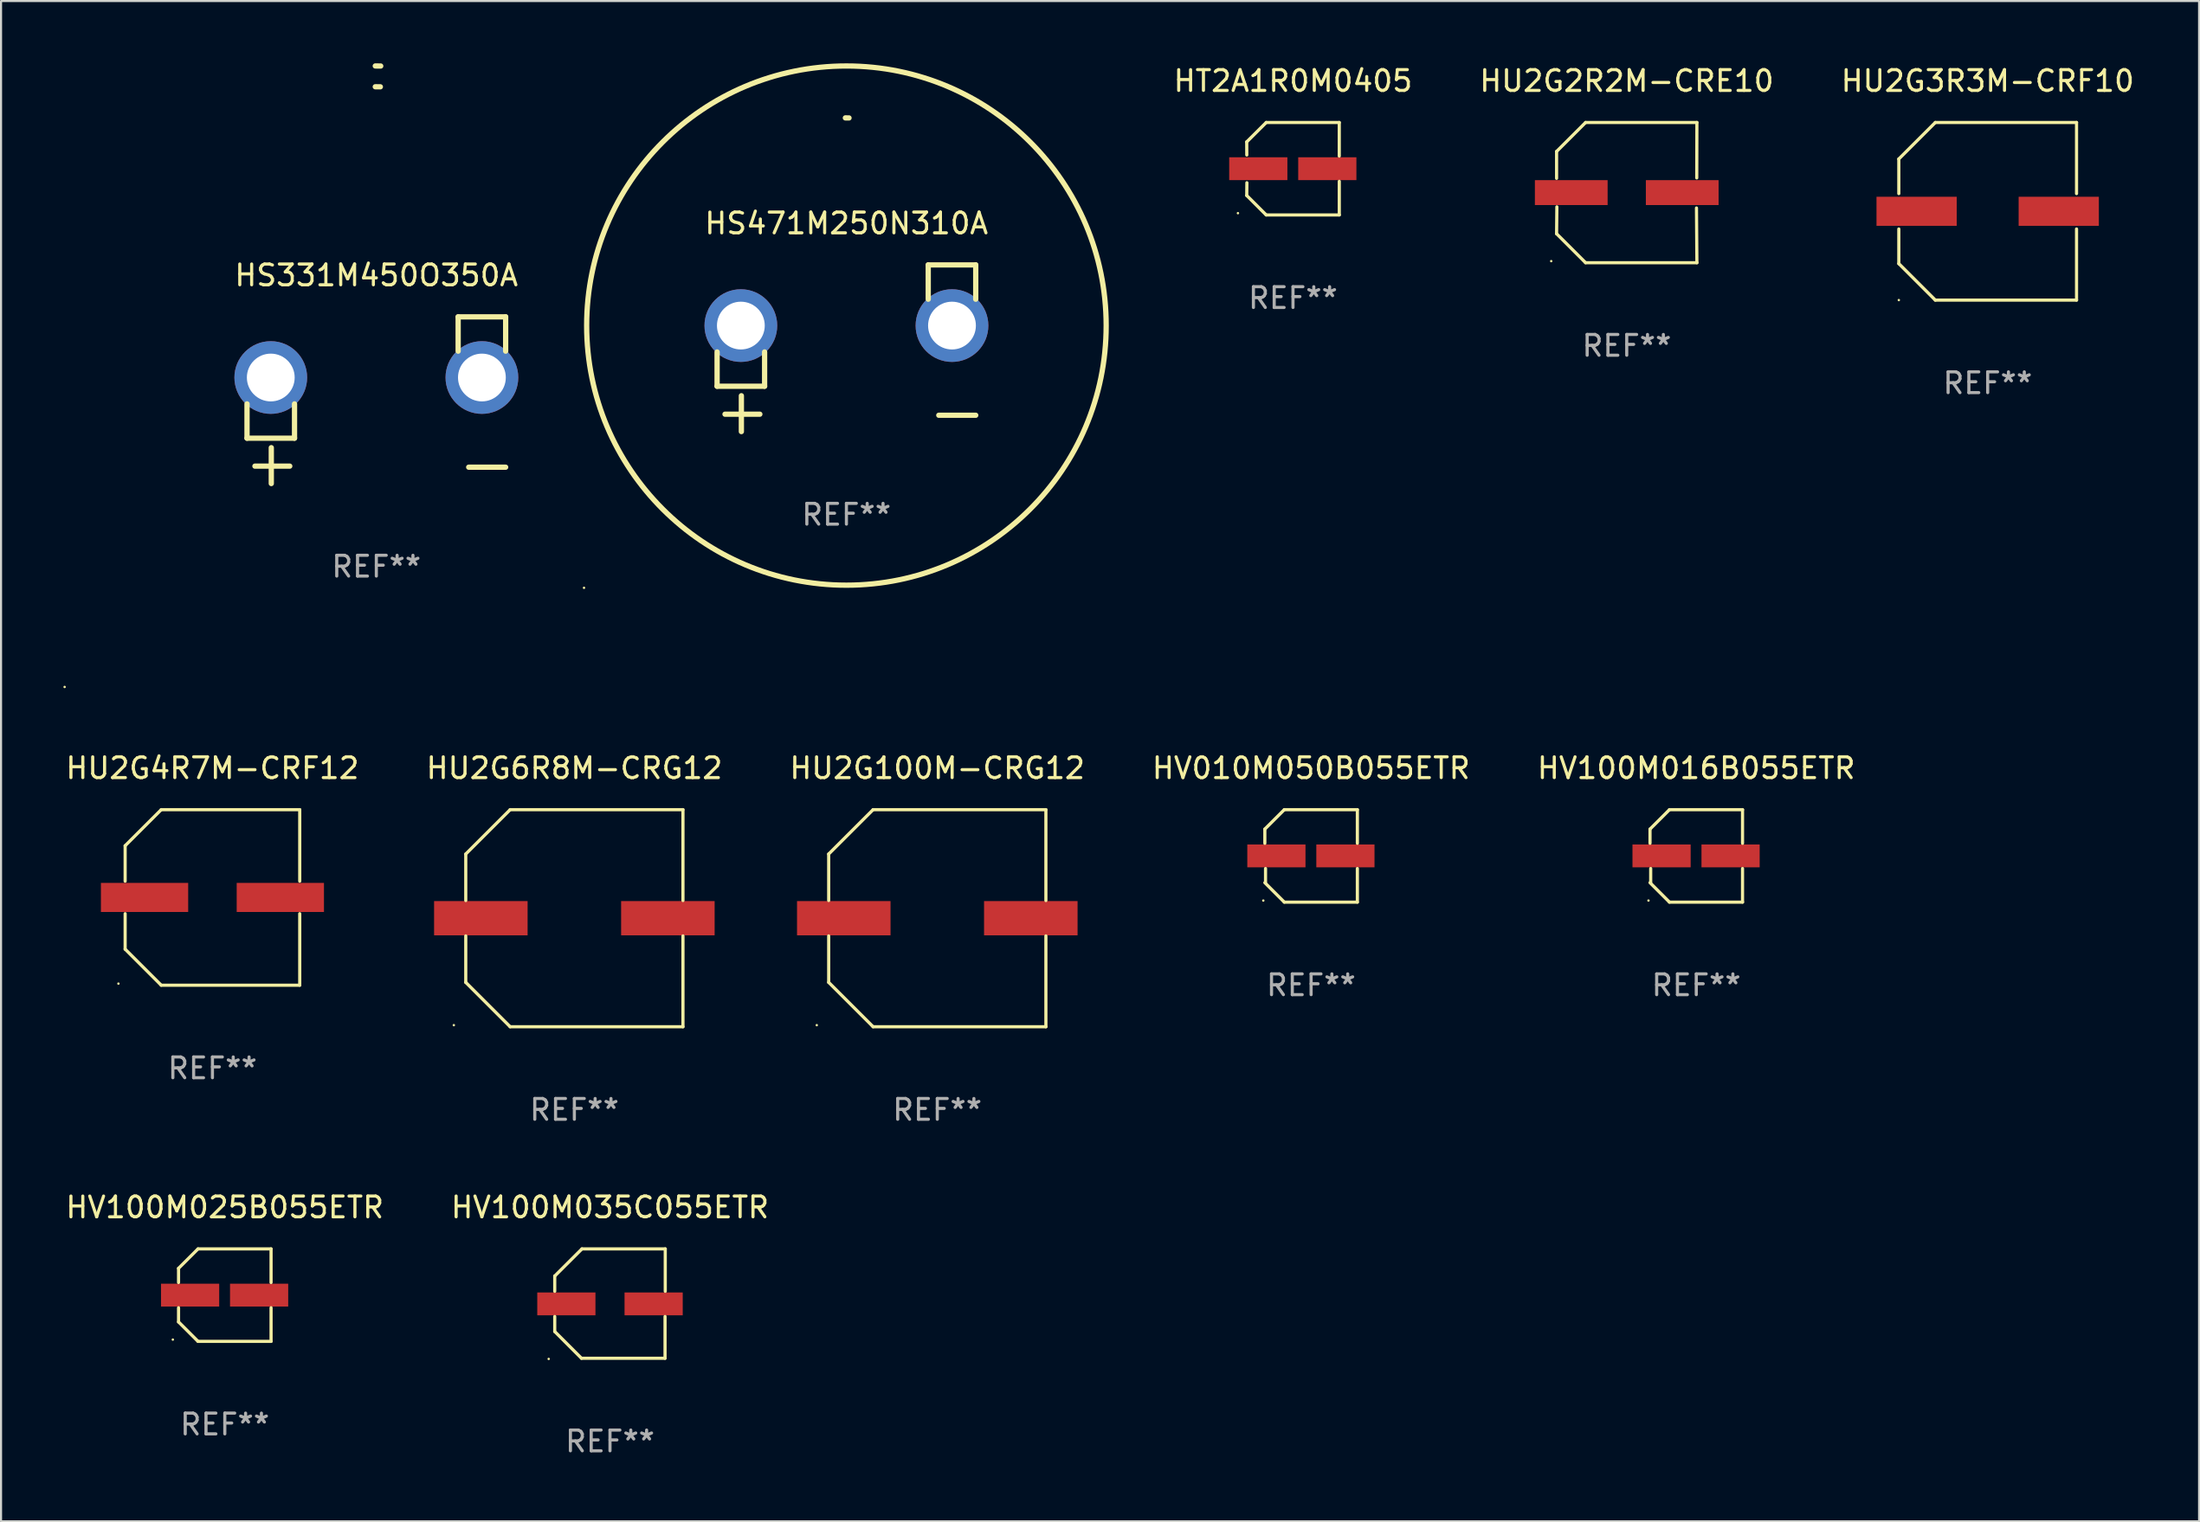
<source format=kicad_pcb>
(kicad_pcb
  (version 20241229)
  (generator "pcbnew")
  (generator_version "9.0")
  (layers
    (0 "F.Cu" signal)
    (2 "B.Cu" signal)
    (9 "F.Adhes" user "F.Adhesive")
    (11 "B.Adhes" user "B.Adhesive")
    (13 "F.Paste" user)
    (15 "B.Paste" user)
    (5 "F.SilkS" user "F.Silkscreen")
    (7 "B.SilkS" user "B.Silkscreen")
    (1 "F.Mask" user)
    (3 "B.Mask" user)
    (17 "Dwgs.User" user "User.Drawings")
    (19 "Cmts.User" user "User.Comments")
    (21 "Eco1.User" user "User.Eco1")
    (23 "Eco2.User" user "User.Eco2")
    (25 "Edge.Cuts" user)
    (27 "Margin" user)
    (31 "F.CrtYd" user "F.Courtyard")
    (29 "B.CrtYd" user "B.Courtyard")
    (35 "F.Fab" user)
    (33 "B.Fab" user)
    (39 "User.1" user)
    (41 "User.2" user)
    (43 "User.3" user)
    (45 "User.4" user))
  (footprint "HU2G4R7M-CRF12"
    (layer "F.Cu")
    (at 7.173 40.163)
    (property "Reference" "HU2G4R7M-CRF12" (at 0 -6.226 0) (layer "F.SilkS") (effects (font (size 1 1) (thickness 0.15))))
    (attr through_hole)
    (fp_line (start -4.201 -2.49) (end -4.201 -0.782) (stroke (width 0.152) (type solid)) (layer "F.SilkS"))
    (fp_line (start -4.201 2.49) (end -4.201 0.782) (stroke (width 0.152) (type solid)) (layer "F.SilkS"))
    (fp_line (start -2.465 -4.226) (end -4.201 -2.49) (stroke (width 0.152) (type solid)) (layer "F.SilkS"))
    (fp_line (start -2.465 4.226) (end -4.201 2.49) (stroke (width 0.152) (type solid)) (layer "F.SilkS"))
    (fp_line (start 4.201 -4.226) (end -2.465 -4.226) (stroke (width 0.152) (type solid)) (layer "F.SilkS"))
    (fp_line (start 4.201 -0.782) (end 4.201 -4.226) (stroke (width 0.152) (type solid)) (layer "F.SilkS"))
    (fp_line (start 4.201 0.782) (end 4.201 4.226) (stroke (width 0.152) (type solid)) (layer "F.SilkS"))
    (fp_line (start 4.201 4.226) (end -2.465 4.226) (stroke (width 0.152) (type solid)) (layer "F.SilkS"))
    (fp_circle (center -4.524 4.15) (end -4.494 4.15) (stroke (width 0.06) (type solid)) (fill no) (layer "F.SilkS"))
    (fp_text user "REF**" (at 0 8.226 0) (layer "F.Fab") (effects (font (size 1 1) (thickness 0.15))))
    (pad "1" smd rect (at -3.267 0) (size 4.2 1.4) (layers "F.Cu" "F.Mask" "F.Paste"))
    (pad "2" smd rect (at 3.267 0) (size 4.2 1.4) (layers "F.Cu" "F.Mask" "F.Paste")))
  (footprint "HV100M025B055ETR"
    (layer "F.Cu")
    (at 7.768 59.312)
    (property "Reference" "HV100M025B055ETR" (at 0 -4.226 0) (layer "F.SilkS") (effects (font (size 1 1) (thickness 0.15))))
    (attr through_hole)
    (fp_line (start -2.226 -1.29) (end -2.226 -0.607) (stroke (width 0.152) (type solid)) (layer "F.SilkS"))
    (fp_line (start -2.226 1.29) (end -2.226 0.607) (stroke (width 0.152) (type solid)) (layer "F.SilkS"))
    (fp_line (start -1.29 -2.226) (end -2.226 -1.29) (stroke (width 0.152) (type solid)) (layer "F.SilkS"))
    (fp_line (start -1.29 2.226) (end -2.226 1.29) (stroke (width 0.152) (type solid)) (layer "F.SilkS"))
    (fp_line (start 2.226 -2.226) (end -1.29 -2.226) (stroke (width 0.152) (type solid)) (layer "F.SilkS"))
    (fp_line (start 2.226 -0.607) (end 2.226 -2.226) (stroke (width 0.152) (type solid)) (layer "F.SilkS"))
    (fp_line (start 2.226 0.607) (end 2.226 2.226) (stroke (width 0.152) (type solid)) (layer "F.SilkS"))
    (fp_line (start 2.226 2.226) (end -1.29 2.226) (stroke (width 0.152) (type solid)) (layer "F.SilkS"))
    (fp_circle (center -2.501 2.141) (end -2.471 2.141) (stroke (width 0.06) (type solid)) (fill no) (layer "F.SilkS"))
    (fp_text user "REF**" (at 0 6.226 0) (layer "F.Fab") (effects (font (size 1 1) (thickness 0.15))))
    (pad "1" smd rect (at -1.67 -0.000025) (size 2.8 1.1) (layers "F.Cu" "F.Mask" "F.Paste"))
    (pad "2" smd rect (at 1.651 -0.000025) (size 2.8 1.1) (layers "F.Cu" "F.Mask" "F.Paste")))
  (footprint "HS471M250N310A"
    (layer "F.Cu")
    (at 37.681 13.719)
    (property "Reference" "HS471M250N310A" (at 0 -6.013 0) (layer "F.SilkS") (effects (font (size 1 1) (thickness 0.15))))
    (attr through_hole)
    (fp_line (start -6.223 0.178) (end -6.223 1.829) (stroke (width 0.254) (type solid)) (layer "F.SilkS"))
    (fp_line (start -6.223 1.829) (end -3.937 1.829) (stroke (width 0.254) (type solid)) (layer "F.SilkS"))
    (fp_line (start -5.055 4.013) (end -5.055 2.286) (stroke (width 0.254) (type solid)) (layer "F.SilkS"))
    (fp_line (start -4.166 3.175) (end -5.842 3.175) (stroke (width 0.254) (type solid)) (layer "F.SilkS"))
    (fp_line (start -3.937 1.829) (end -3.937 0.178) (stroke (width 0.254) (type solid)) (layer "F.SilkS"))
    (fp_line (start 3.937 -4.013) (end 3.937 -2.362) (stroke (width 0.254) (type solid)) (layer "F.SilkS"))
    (fp_line (start 6.223 -4.013) (end 3.937 -4.013) (stroke (width 0.254) (type solid)) (layer "F.SilkS"))
    (fp_line (start 6.223 -2.362) (end 6.223 -4.013) (stroke (width 0.254) (type solid)) (layer "F.SilkS"))
    (fp_line (start 6.223 3.226) (end 4.445 3.226) (stroke (width 0.254) (type solid)) (layer "F.SilkS"))
    (fp_arc (start -0.0508 -11.092202) (mid 0.036835 -11.091307) (end 0.12446 -11.089662) (stroke (width 0.254001) (type solid)) (layer "F.SilkS"))
    (fp_circle (center -12.627 11.535) (end -12.597 11.535) (stroke (width 0.06) (type solid)) (fill no) (layer "F.SilkS"))
    (fp_circle (center 0 -1.092) (end 12.5 -1.092) (stroke (width 0.254) (type solid)) (fill no) (layer "F.SilkS"))
    (fp_text user "REF**" (at 0 8.013 0) (layer "F.Fab") (effects (font (size 1 1) (thickness 0.15))))
    (pad "1" thru_hole circle (at -5.08 -1.092) (size 3.5 3.5) (drill 2.3) (layers "*.Cu" "*.Mask"))
    (pad "2" thru_hole circle (at 5.08 -1.092) (size 3.5 3.5) (drill 2.3) (layers "*.Cu" "*.Mask")))
  (footprint "HU2G6R8M-CRG12"
    (layer "F.Cu")
    (at 24.589 41.163)
    (property "Reference" "HU2G6R8M-CRG12" (at 0 -7.226 0) (layer "F.SilkS") (effects (font (size 1 1) (thickness 0.15))))
    (attr through_hole)
    (fp_line (start -5.226 -3.09) (end -5.226 -0.852) (stroke (width 0.152) (type solid)) (layer "F.SilkS"))
    (fp_line (start -5.226 3.09) (end -5.226 0.852) (stroke (width 0.152) (type solid)) (layer "F.SilkS"))
    (fp_line (start -3.09 -5.226) (end -5.226 -3.09) (stroke (width 0.152) (type solid)) (layer "F.SilkS"))
    (fp_line (start -3.09 5.226) (end -5.226 3.09) (stroke (width 0.152) (type solid)) (layer "F.SilkS"))
    (fp_line (start 5.226 -5.226) (end -3.09 -5.226) (stroke (width 0.152) (type solid)) (layer "F.SilkS"))
    (fp_line (start 5.226 -0.852) (end 5.226 -5.226) (stroke (width 0.152) (type solid)) (layer "F.SilkS"))
    (fp_line (start 5.226 0.852) (end 5.226 5.226) (stroke (width 0.152) (type solid)) (layer "F.SilkS"))
    (fp_line (start 5.226 5.226) (end -3.09 5.226) (stroke (width 0.152) (type solid)) (layer "F.SilkS"))
    (fp_circle (center -5.8 5.15) (end -5.77 5.15) (stroke (width 0.06) (type solid)) (fill no) (layer "F.SilkS"))
    (fp_text user "REF**" (at 0 9.226 0) (layer "F.Fab") (effects (font (size 1 1) (thickness 0.15))))
    (pad "1" smd rect (at -4.5 0) (size 4.5 1.65) (layers "F.Cu" "F.Mask" "F.Paste"))
    (pad "2" smd rect (at 4.5 0) (size 4.5 1.65) (layers "F.Cu" "F.Mask" "F.Paste")))
  (footprint "HV100M016B055ETR"
    (layer "F.Cu")
    (at 78.577 38.163)
    (property "Reference" "HV100M016B055ETR" (at 0 -4.226 0) (layer "F.SilkS") (effects (font (size 1 1) (thickness 0.15))))
    (attr through_hole)
    (fp_line (start -2.226 -1.29) (end -2.226 -0.607) (stroke (width 0.152) (type solid)) (layer "F.SilkS"))
    (fp_line (start -2.193 1.29) (end -2.193 0.607) (stroke (width 0.152) (type solid)) (layer "F.SilkS"))
    (fp_line (start -1.29 2.226) (end -2.226 1.29) (stroke (width 0.152) (type solid)) (layer "F.SilkS"))
    (fp_line (start -1.29 -2.226) (end -2.226 -1.29) (stroke (width 0.152) (type solid)) (layer "F.SilkS"))
    (fp_line (start 2.226 -2.226) (end -1.29 -2.226) (stroke (width 0.152) (type solid)) (layer "F.SilkS"))
    (fp_line (start 2.226 -0.607) (end 2.226 -2.226) (stroke (width 0.152) (type solid)) (layer "F.SilkS"))
    (fp_line (start 2.226 0.607) (end 2.226 2.226) (stroke (width 0.152) (type solid)) (layer "F.SilkS"))
    (fp_line (start 2.226 2.226) (end -1.29 2.226) (stroke (width 0.152) (type solid)) (layer "F.SilkS"))
    (fp_circle (center -2.3 2.15) (end -2.27 2.15) (stroke (width 0.06) (type solid)) (fill no) (layer "F.SilkS"))
    (fp_text user "REF**" (at 0 6.226 0) (layer "F.Fab") (effects (font (size 1 1) (thickness 0.15))))
    (pad "1" smd rect (at -1.67 -0.000025) (size 2.8 1.1) (layers "F.Cu" "F.Mask" "F.Paste"))
    (pad "2" smd rect (at 1.651 -0.000025) (size 2.8 1.1) (layers "F.Cu" "F.Mask" "F.Paste")))
  (footprint "HU2G2R2M-CRE10"
    (layer "F.Cu")
    (at 75.231 6.224)
    (property "Reference" "HU2G2R2M-CRE10" (at 0 -5.376 0) (layer "F.SilkS") (effects (font (size 1 1) (thickness 0.15))))
    (attr through_hole)
    (fp_line (start -3.376 -1.98) (end -3.376 -0.686) (stroke (width 0.152) (type solid)) (layer "F.SilkS"))
    (fp_line (start -3.376 1.981) (end -3.362 0.686) (stroke (width 0.152) (type solid)) (layer "F.SilkS"))
    (fp_line (start -1.981 3.376) (end -3.376 1.981) (stroke (width 0.152) (type solid)) (layer "F.SilkS"))
    (fp_line (start -1.98 -3.376) (end -3.376 -1.98) (stroke (width 0.152) (type solid)) (layer "F.SilkS"))
    (fp_line (start 3.356 0.74) (end 3.376 3.376) (stroke (width 0.152) (type solid)) (layer "F.SilkS"))
    (fp_line (start 3.369 -0.707) (end 3.376 -3.376) (stroke (width 0.152) (type solid)) (layer "F.SilkS"))
    (fp_line (start 3.376 3.376) (end -1.981 3.376) (stroke (width 0.152) (type solid)) (layer "F.SilkS"))
    (fp_line (start 3.376 -3.376) (end -1.98 -3.376) (stroke (width 0.152) (type solid)) (layer "F.SilkS"))
    (fp_circle (center -3.634 3.3) (end -3.604 3.3) (stroke (width 0.06) (type solid)) (fill no) (layer "F.SilkS"))
    (fp_text user "REF**" (at 0 7.376 0) (layer "F.Fab") (effects (font (size 1 1) (thickness 0.15))))
    (pad "1" smd rect (at -2.67 0.000254) (size 3.5 1.2) (layers "F.Cu" "F.Mask" "F.Paste"))
    (pad "2" smd rect (at 2.67 0.000254) (size 3.5 1.2) (layers "F.Cu" "F.Mask" "F.Paste")))
  (footprint "HV100M035C055ETR"
    (layer "F.Cu")
    (at 26.304 59.719)
    (property "Reference" "HV100M035C055ETR" (at 0 -4.634 0) (layer "F.SilkS") (effects (font (size 1 1) (thickness 0.15))))
    (attr through_hole)
    (fp_line (start -2.659 -1.326) (end -2.659 -0.592) (stroke (width 0.152) (type solid)) (layer "F.SilkS"))
    (fp_line (start -2.659 1.346) (end -2.659 0.622) (stroke (width 0.152) (type solid)) (layer "F.SilkS"))
    (fp_line (start -1.372 2.634) (end -2.659 1.346) (stroke (width 0.152) (type solid)) (layer "F.SilkS"))
    (fp_line (start -1.349 -2.634) (end -2.659 -1.326) (stroke (width 0.152) (type solid)) (layer "F.SilkS"))
    (fp_line (start 2.649 0.622) (end 2.649 2.634) (stroke (width 0.152) (type solid)) (layer "F.SilkS"))
    (fp_line (start 2.649 2.634) (end -1.372 2.634) (stroke (width 0.152) (type solid)) (layer "F.SilkS"))
    (fp_line (start 2.659 -2.634) (end -1.349 -2.634) (stroke (width 0.152) (type solid)) (layer "F.SilkS"))
    (fp_line (start 2.659 -0.592) (end 2.659 -2.634) (stroke (width 0.152) (type solid)) (layer "F.SilkS"))
    (fp_circle (center -2.95 2.665) (end -2.92 2.665) (stroke (width 0.06) (type solid)) (fill no) (layer "F.SilkS"))
    (fp_text user "REF**" (at 0 6.634 0) (layer "F.Fab") (effects (font (size 1 1) (thickness 0.15))))
    (pad "1" smd rect (at -2.1 0.015) (size 2.8 1.1) (layers "F.Cu" "F.Mask" "F.Paste"))
    (pad "2" smd rect (at 2.1 0.015) (size 2.8 1.1) (layers "F.Cu" "F.Mask" "F.Paste")))
  (footprint "HV010M050B055ETR"
    (layer "F.Cu")
    (at 60.042 38.163)
    (property "Reference" "HV010M050B055ETR" (at 0 -4.226 0) (layer "F.SilkS") (effects (font (size 1 1) (thickness 0.15))))
    (attr through_hole)
    (fp_line (start -2.226 -1.29) (end -2.226 -0.607) (stroke (width 0.152) (type solid)) (layer "F.SilkS"))
    (fp_line (start -2.193 1.29) (end -2.193 0.607) (stroke (width 0.152) (type solid)) (layer "F.SilkS"))
    (fp_line (start -1.29 2.226) (end -2.226 1.29) (stroke (width 0.152) (type solid)) (layer "F.SilkS"))
    (fp_line (start -1.29 -2.226) (end -2.226 -1.29) (stroke (width 0.152) (type solid)) (layer "F.SilkS"))
    (fp_line (start 2.226 -2.226) (end -1.29 -2.226) (stroke (width 0.152) (type solid)) (layer "F.SilkS"))
    (fp_line (start 2.226 -0.607) (end 2.226 -2.226) (stroke (width 0.152) (type solid)) (layer "F.SilkS"))
    (fp_line (start 2.226 0.607) (end 2.226 2.226) (stroke (width 0.152) (type solid)) (layer "F.SilkS"))
    (fp_line (start 2.226 2.226) (end -1.29 2.226) (stroke (width 0.152) (type solid)) (layer "F.SilkS"))
    (fp_circle (center -2.3 2.15) (end -2.27 2.15) (stroke (width 0.06) (type solid)) (fill no) (layer "F.SilkS"))
    (fp_text user "REF**" (at 0 6.226 0) (layer "F.Fab") (effects (font (size 1 1) (thickness 0.15))))
    (pad "1" smd rect (at -1.67 -0.000025) (size 2.8 1.1) (layers "F.Cu" "F.Mask" "F.Paste"))
    (pad "2" smd rect (at 1.651 -0.000025) (size 2.8 1.1) (layers "F.Cu" "F.Mask" "F.Paste")))
  (footprint "HU2G3R3M-CRF10"
    (layer "F.Cu")
    (at 92.6 7.124)
    (property "Reference" "HU2G3R3M-CRF10" (at 0 -6.276 0) (layer "F.SilkS") (effects (font (size 1 1) (thickness 0.15))))
    (attr through_hole)
    (fp_line (start -4.276 -2.52) (end -2.52 -4.276) (stroke (width 0.152) (type solid)) (layer "F.SilkS"))
    (fp_line (start -4.276 -0.852) (end -4.276 -2.52) (stroke (width 0.152) (type solid)) (layer "F.SilkS"))
    (fp_line (start -4.276 0.852) (end -4.276 2.52) (stroke (width 0.152) (type solid)) (layer "F.SilkS"))
    (fp_line (start -4.276 2.52) (end -2.52 4.276) (stroke (width 0.152) (type solid)) (layer "F.SilkS"))
    (fp_line (start -2.52 -4.276) (end 4.276 -4.276) (stroke (width 0.152) (type solid)) (layer "F.SilkS"))
    (fp_line (start -2.52 4.276) (end 4.276 4.276) (stroke (width 0.152) (type solid)) (layer "F.SilkS"))
    (fp_line (start 4.276 -4.276) (end 4.276 -0.852) (stroke (width 0.152) (type solid)) (layer "F.SilkS"))
    (fp_line (start 4.276 4.276) (end 4.276 0.852) (stroke (width 0.152) (type solid)) (layer "F.SilkS"))
    (fp_circle (center -4.276 4.276) (end -4.246 4.276) (stroke (width 0.06) (type solid)) (fill no) (layer "F.SilkS"))
    (fp_text user "REF**" (at 0 8.276 0) (layer "F.Fab") (effects (font (size 1 1) (thickness 0.15))))
    (pad "1" smd rect (at -3.42 0) (size 3.86 1.4) (layers "F.Cu" "F.Mask" "F.Paste"))
    (pad "2" smd rect (at 3.42 0) (size 3.86 1.4) (layers "F.Cu" "F.Mask" "F.Paste")))
  (footprint "HS331M450O350A"
    (layer "F.Cu")
    (at 15.06 16.22)
    (property "Reference" "HS331M450O350A" (at 0 -6.013 0) (layer "F.SilkS") (effects (font (size 1 1) (thickness 0.15))))
    (attr through_hole)
    (fp_line (start -6.223 0.178) (end -6.223 1.829) (stroke (width 0.254) (type solid)) (layer "F.SilkS"))
    (fp_line (start -6.223 1.829) (end -3.937 1.829) (stroke (width 0.254) (type solid)) (layer "F.SilkS"))
    (fp_line (start -5.055 4.013) (end -5.055 2.286) (stroke (width 0.254) (type solid)) (layer "F.SilkS"))
    (fp_line (start -4.166 3.175) (end -5.842 3.175) (stroke (width 0.254) (type solid)) (layer "F.SilkS"))
    (fp_line (start -3.937 1.829) (end -3.937 0.178) (stroke (width 0.254) (type solid)) (layer "F.SilkS"))
    (fp_line (start 3.937 -4.013) (end 3.937 -2.362) (stroke (width 0.254) (type solid)) (layer "F.SilkS"))
    (fp_line (start 6.223 -4.013) (end 3.937 -4.013) (stroke (width 0.254) (type solid)) (layer "F.SilkS"))
    (fp_line (start 6.223 -2.362) (end 6.223 -4.013) (stroke (width 0.254) (type solid)) (layer "F.SilkS"))
    (fp_line (start 6.223 3.226) (end 4.445 3.226) (stroke (width 0.254) (type solid)) (layer "F.SilkS"))
    (fp_arc (start -0.0508 -16.093472) (mid 0.080016 -16.092762) (end 0.210821 -16.090932) (stroke (width 0.254001) (type solid)) (layer "F.SilkS"))
    (fp_arc (start -0.0508 -15.09271) (mid 0.071125 -15.091961) (end 0.19304 -15.09017) (stroke (width 0.254001) (type solid)) (layer "F.SilkS"))
    (fp_circle (center -15 13.808) (end -14.97 13.808) (stroke (width 0.06) (type solid)) (fill no) (layer "F.SilkS"))
    (fp_text user "REF**" (at 0 8.013 0) (layer "F.Fab") (effects (font (size 1 1) (thickness 0.15))))
    (pad "1" thru_hole circle (at -5.08 -1.092) (size 3.5 3.5) (drill 2.3) (layers "*.Cu" "*.Mask"))
    (pad "2" thru_hole circle (at 5.08 -1.092) (size 3.5 3.5) (drill 2.3) (layers "*.Cu" "*.Mask")))
  (footprint "HT2A1R0M0405"
    (layer "F.Cu")
    (at 59.171 5.074)
    (property "Reference" "HT2A1R0M0405" (at 0 -4.226 0) (layer "F.SilkS") (effects (font (size 1 1) (thickness 0.15))))
    (attr through_hole)
    (fp_line (start -2.227 -1.291) (end -2.224 -0.661) (stroke (width 0.152) (type solid)) (layer "F.SilkS"))
    (fp_line (start -2.226 1.289) (end -2.219 0.675) (stroke (width 0.152) (type solid)) (layer "F.SilkS"))
    (fp_line (start -1.29 2.226) (end -2.226 1.289) (stroke (width 0.152) (type solid)) (layer "F.SilkS"))
    (fp_line (start -1.289 -2.226) (end -2.227 -1.291) (stroke (width 0.152) (type solid)) (layer "F.SilkS"))
    (fp_line (start 2.226 -2.226) (end -1.289 -2.226) (stroke (width 0.152) (type solid)) (layer "F.SilkS"))
    (fp_line (start 2.226 -0.608) (end 2.226 -2.226) (stroke (width 0.152) (type solid)) (layer "F.SilkS"))
    (fp_line (start 2.227 0.607) (end 2.227 2.226) (stroke (width 0.152) (type solid)) (layer "F.SilkS"))
    (fp_line (start 2.227 2.226) (end -1.29 2.226) (stroke (width 0.152) (type solid)) (layer "F.SilkS"))
    (fp_circle (center -2.65 2.14) (end -2.62 2.14) (stroke (width 0.06) (type solid)) (fill no) (layer "F.SilkS"))
    (fp_text user "REF**" (at 0 6.226 0) (layer "F.Fab") (effects (font (size 1 1) (thickness 0.15))))
    (pad "1" smd rect (at -1.67 -0.001) (size 2.8 1.1) (layers "F.Cu" "F.Mask" "F.Paste"))
    (pad "2" smd rect (at 1.651 -0.001) (size 2.8 1.1) (layers "F.Cu" "F.Mask" "F.Paste")))
  (footprint "HU2G100M-CRG12"
    (layer "F.Cu")
    (at 42.054 41.163)
    (property "Reference" "HU2G100M-CRG12" (at 0 -7.226 0) (layer "F.SilkS") (effects (font (size 1 1) (thickness 0.15))))
    (attr through_hole)
    (fp_line (start -5.226 -3.09) (end -5.226 -0.852) (stroke (width 0.152) (type solid)) (layer "F.SilkS"))
    (fp_line (start -5.226 3.09) (end -5.226 0.852) (stroke (width 0.152) (type solid)) (layer "F.SilkS"))
    (fp_line (start -3.09 -5.226) (end -5.226 -3.09) (stroke (width 0.152) (type solid)) (layer "F.SilkS"))
    (fp_line (start -3.09 5.226) (end -5.226 3.09) (stroke (width 0.152) (type solid)) (layer "F.SilkS"))
    (fp_line (start 5.226 -5.226) (end -3.09 -5.226) (stroke (width 0.152) (type solid)) (layer "F.SilkS"))
    (fp_line (start 5.226 -0.852) (end 5.226 -5.226) (stroke (width 0.152) (type solid)) (layer "F.SilkS"))
    (fp_line (start 5.226 0.852) (end 5.226 5.226) (stroke (width 0.152) (type solid)) (layer "F.SilkS"))
    (fp_line (start 5.226 5.226) (end -3.09 5.226) (stroke (width 0.152) (type solid)) (layer "F.SilkS"))
    (fp_circle (center -5.8 5.15) (end -5.77 5.15) (stroke (width 0.06) (type solid)) (fill no) (layer "F.SilkS"))
    (fp_text user "REF**" (at 0 9.226 0) (layer "F.Fab") (effects (font (size 1 1) (thickness 0.15))))
    (pad "1" smd rect (at -4.5 0) (size 4.5 1.65) (layers "F.Cu" "F.Mask" "F.Paste"))
    (pad "2" smd rect (at 4.5 0) (size 4.5 1.65) (layers "F.Cu" "F.Mask" "F.Paste")))
  (gr_rect
    (start -3 -3)
    (end 102.773 70.202)
    (stroke (width 0.1) (type default))
    (fill no)
    (layer "Edge.Cuts")))
</source>
